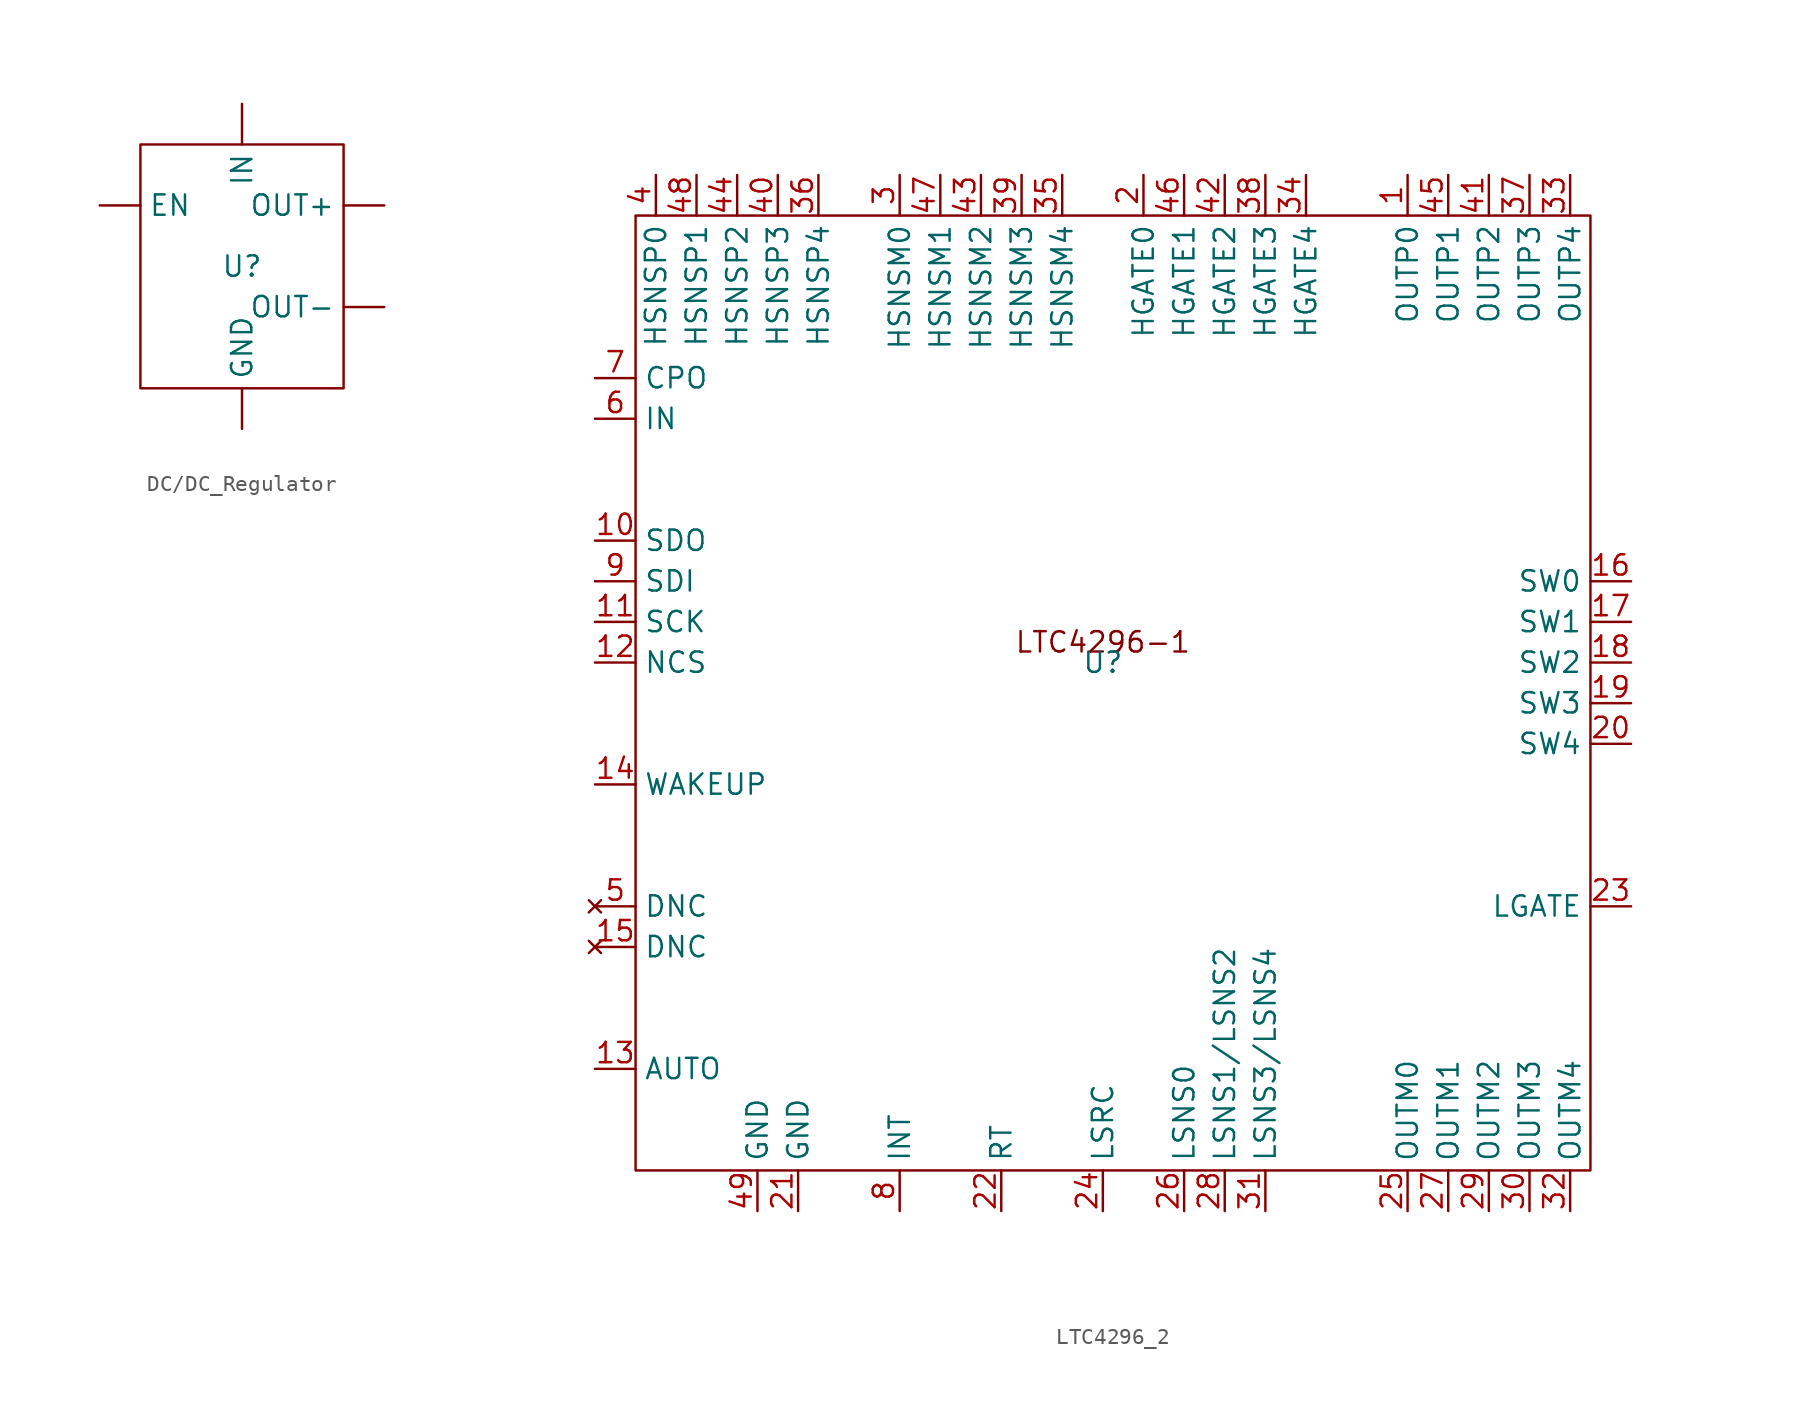
<source format=kicad_sym>
(kicad_symbol_lib
  (version 20220914)
  (generator kicad_symbol_editor)
  (symbol "DC/DC_Regulator"
    (property "Reference" "U"
      (at 1.27 -1.27 0)
      (effects (font (size 1.27 1.27))))
    (property "Value" ""
      (at 1.27 -1.27 0)
      (effects (font (size 1.27 1.27))))
    (symbol "DC/DC_Regulator_0_1"
      (rectangle (start -5.08 6.35) (end 7.62 -8.89) (stroke (width 0) (type default)) (fill (type none))))
    (symbol "DC/DC_Regulator_1_1"
      (pin input line (at -7.62 2.54 0) (length 2.54) (name "EN" (effects (font (size 1.27 1.27)))) (number "" (effects (font (size 1.27 1.27)))))
      (pin input line (at 1.27 -11.43 90) (length 2.54) (name "GND" (effects (font (size 1.27 1.27)))) (number "" (effects (font (size 1.27 1.27)))))
      (pin input line (at 1.27 8.89 270) (length 2.54) (name "IN" (effects (font (size 1.27 1.27)))) (number "" (effects (font (size 1.27 1.27)))))
      (pin output line (at 10.16 2.54 180) (length 2.54) (name "OUT+" (effects (font (size 1.27 1.27)))) (number "" (effects (font (size 1.27 1.27)))))
      (pin output line (at 10.16 -3.81 180) (length 2.54) (name "OUT-" (effects (font (size 1.27 1.27)))) (number "" (effects (font (size 1.27 1.27)))))))
  (symbol "LTC4296_2"
    (property "Reference" "U"
      (at 0 0 0)
      (effects (font (size 1.27 1.27))))
    (property "Value" ""
      (at 0 0 0)
      (effects (font (size 1.27 1.27))))
    (symbol "LTC4296_2_0_1"
      (rectangle (start -29.21 27.94) (end 30.48 -31.75) (stroke (width 0) (type default)) (fill (type none))))
    (symbol "LTC4296_2_1_1"
      (text "LTC4296-1" (at 0 1.27 0) (effects (font (size 1.27 1.27))))
      (pin output line (at 19.05 30.48 270) (length 2.54) (name "OUTP0" (effects (font (size 1.27 1.27)))) (number "1" (effects (font (size 1.27 1.27)))))
      (pin output line (at -31.75 7.62 0) (length 2.54) (name "SDO" (effects (font (size 1.27 1.27)))) (number "10" (effects (font (size 1.27 1.27)))))
      (pin input line (at -31.75 2.54 0) (length 2.54) (name "SCK" (effects (font (size 1.27 1.27)))) (number "11" (effects (font (size 1.27 1.27)))))
      (pin input line (at -31.75 0 0) (length 2.54) (name "NCS" (effects (font (size 1.27 1.27)))) (number "12" (effects (font (size 1.27 1.27)))))
      (pin input line (at -31.75 -25.4 0) (length 2.54) (name "AUTO" (effects (font (size 1.27 1.27)))) (number "13" (effects (font (size 1.27 1.27)))))
      (pin input line (at -31.75 -7.62 0) (length 2.54) (name "WAKEUP" (effects (font (size 1.27 1.27)))) (number "14" (effects (font (size 1.27 1.27)))))
      (pin no_connect line (at -31.75 -17.78 0) (length 2.54) (name "DNC" (effects (font (size 1.27 1.27)))) (number "15" (effects (font (size 1.27 1.27)))))
      (pin input line (at 33.02 5.08 180) (length 2.54) (name "SW0" (effects (font (size 1.27 1.27)))) (number "16" (effects (font (size 1.27 1.27)))))
      (pin input line (at 33.02 2.54 180) (length 2.54) (name "SW1" (effects (font (size 1.27 1.27)))) (number "17" (effects (font (size 1.27 1.27)))))
      (pin input line (at 33.02 0 180) (length 2.54) (name "SW2" (effects (font (size 1.27 1.27)))) (number "18" (effects (font (size 1.27 1.27)))))
      (pin input line (at 33.02 -2.54 180) (length 2.54) (name "SW3" (effects (font (size 1.27 1.27)))) (number "19" (effects (font (size 1.27 1.27)))))
      (pin input line (at 2.54 30.48 270) (length 2.54) (name "HGATE0" (effects (font (size 1.27 1.27)))) (number "2" (effects (font (size 1.27 1.27)))))
      (pin input line (at 33.02 -5.08 180) (length 2.54) (name "SW4" (effects (font (size 1.27 1.27)))) (number "20" (effects (font (size 1.27 1.27)))))
      (pin input line (at -19.05 -34.29 90) (length 2.54) (name "GND" (effects (font (size 1.27 1.27)))) (number "21" (effects (font (size 1.27 1.27)))))
      (pin input line (at -6.35 -34.29 90) (length 2.54) (name "RT" (effects (font (size 1.27 1.27)))) (number "22" (effects (font (size 1.27 1.27)))))
      (pin input line (at 33.02 -15.24 180) (length 2.54) (name "LGATE" (effects (font (size 1.27 1.27)))) (number "23" (effects (font (size 1.27 1.27)))))
      (pin input line (at 0 -34.29 90) (length 2.54) (name "LSRC" (effects (font (size 1.27 1.27)))) (number "24" (effects (font (size 1.27 1.27)))))
      (pin input line (at 19.05 -34.29 90) (length 2.54) (name "OUTM0" (effects (font (size 1.27 1.27)))) (number "25" (effects (font (size 1.27 1.27)))))
      (pin input line (at 5.08 -34.29 90) (length 2.54) (name "LSNS0" (effects (font (size 1.27 1.27)))) (number "26" (effects (font (size 1.27 1.27)))))
      (pin input line (at 21.59 -34.29 90) (length 2.54) (name "OUTM1" (effects (font (size 1.27 1.27)))) (number "27" (effects (font (size 1.27 1.27)))))
      (pin input line (at 7.62 -34.29 90) (length 2.54) (name "LSNS1/LSNS2" (effects (font (size 1.27 1.27)))) (number "28" (effects (font (size 1.27 1.27)))))
      (pin input line (at 24.13 -34.29 90) (length 2.54) (name "OUTM2" (effects (font (size 1.27 1.27)))) (number "29" (effects (font (size 1.27 1.27)))))
      (pin input line (at -12.7 30.48 270) (length 2.54) (name "HSNSM0" (effects (font (size 1.27 1.27)))) (number "3" (effects (font (size 1.27 1.27)))))
      (pin input line (at 26.67 -34.29 90) (length 2.54) (name "OUTM3" (effects (font (size 1.27 1.27)))) (number "30" (effects (font (size 1.27 1.27)))))
      (pin input line (at 10.16 -34.29 90) (length 2.54) (name "LSNS3/LSNS4" (effects (font (size 1.27 1.27)))) (number "31" (effects (font (size 1.27 1.27)))))
      (pin input line (at 29.21 -34.29 90) (length 2.54) (name "OUTM4" (effects (font (size 1.27 1.27)))) (number "32" (effects (font (size 1.27 1.27)))))
      (pin input line (at 29.21 30.48 270) (length 2.54) (name "OUTP4" (effects (font (size 1.27 1.27)))) (number "33" (effects (font (size 1.27 1.27)))))
      (pin input line (at 12.7 30.48 270) (length 2.54) (name "HGATE4" (effects (font (size 1.27 1.27)))) (number "34" (effects (font (size 1.27 1.27)))))
      (pin input line (at -2.54 30.48 270) (length 2.54) (name "HSNSM4" (effects (font (size 1.27 1.27)))) (number "35" (effects (font (size 1.27 1.27)))))
      (pin input line (at -17.78 30.48 270) (length 2.54) (name "HSNSP4" (effects (font (size 1.27 1.27)))) (number "36" (effects (font (size 1.27 1.27)))))
      (pin output line (at 26.67 30.48 270) (length 2.54) (name "OUTP3" (effects (font (size 1.27 1.27)))) (number "37" (effects (font (size 1.27 1.27)))))
      (pin output line (at 10.16 30.48 270) (length 2.54) (name "HGATE3" (effects (font (size 1.27 1.27)))) (number "38" (effects (font (size 1.27 1.27)))))
      (pin output line (at -5.08 30.48 270) (length 2.54) (name "HSNSM3" (effects (font (size 1.27 1.27)))) (number "39" (effects (font (size 1.27 1.27)))))
      (pin input line (at -27.94 30.48 270) (length 2.54) (name "HSNSP0" (effects (font (size 1.27 1.27)))) (number "4" (effects (font (size 1.27 1.27)))))
      (pin output line (at -20.32 30.48 270) (length 2.54) (name "HSNSP3" (effects (font (size 1.27 1.27)))) (number "40" (effects (font (size 1.27 1.27)))))
      (pin output line (at 24.13 30.48 270) (length 2.54) (name "OUTP2" (effects (font (size 1.27 1.27)))) (number "41" (effects (font (size 1.27 1.27)))))
      (pin output line (at 7.62 30.48 270) (length 2.54) (name "HGATE2" (effects (font (size 1.27 1.27)))) (number "42" (effects (font (size 1.27 1.27)))))
      (pin output line (at -7.62 30.48 270) (length 2.54) (name "HSNSM2" (effects (font (size 1.27 1.27)))) (number "43" (effects (font (size 1.27 1.27)))))
      (pin output line (at -22.86 30.48 270) (length 2.54) (name "HSNSP2" (effects (font (size 1.27 1.27)))) (number "44" (effects (font (size 1.27 1.27)))))
      (pin output line (at 21.59 30.48 270) (length 2.54) (name "OUTP1" (effects (font (size 1.27 1.27)))) (number "45" (effects (font (size 1.27 1.27)))))
      (pin output line (at 5.08 30.48 270) (length 2.54) (name "HGATE1" (effects (font (size 1.27 1.27)))) (number "46" (effects (font (size 1.27 1.27)))))
      (pin output line (at -10.16 30.48 270) (length 2.54) (name "HSNSM1" (effects (font (size 1.27 1.27)))) (number "47" (effects (font (size 1.27 1.27)))))
      (pin output line (at -25.4 30.48 270) (length 2.54) (name "HSNSP1" (effects (font (size 1.27 1.27)))) (number "48" (effects (font (size 1.27 1.27)))))
      (pin input line (at -21.59 -34.29 90) (length 2.54) (name "GND" (effects (font (size 1.27 1.27)))) (number "49" (effects (font (size 1.27 1.27)))))
      (pin no_connect line (at -31.75 -15.24 0) (length 2.54) (name "DNC" (effects (font (size 1.27 1.27)))) (number "5" (effects (font (size 1.27 1.27)))))
      (pin input line (at -31.75 15.24 0) (length 2.54) (name "IN" (effects (font (size 1.27 1.27)))) (number "6" (effects (font (size 1.27 1.27)))))
      (pin output line (at -31.75 17.78 0) (length 2.54) (name "CPO" (effects (font (size 1.27 1.27)))) (number "7" (effects (font (size 1.27 1.27)))))
      (pin input line (at -12.7 -34.29 90) (length 2.54) (name "INT" (effects (font (size 1.27 1.27)))) (number "8" (effects (font (size 1.27 1.27)))))
      (pin input line (at -31.75 5.08 0) (length 2.54) (name "SDI" (effects (font (size 1.27 1.27)))) (number "9" (effects (font (size 1.27 1.27))))))))
</source>
